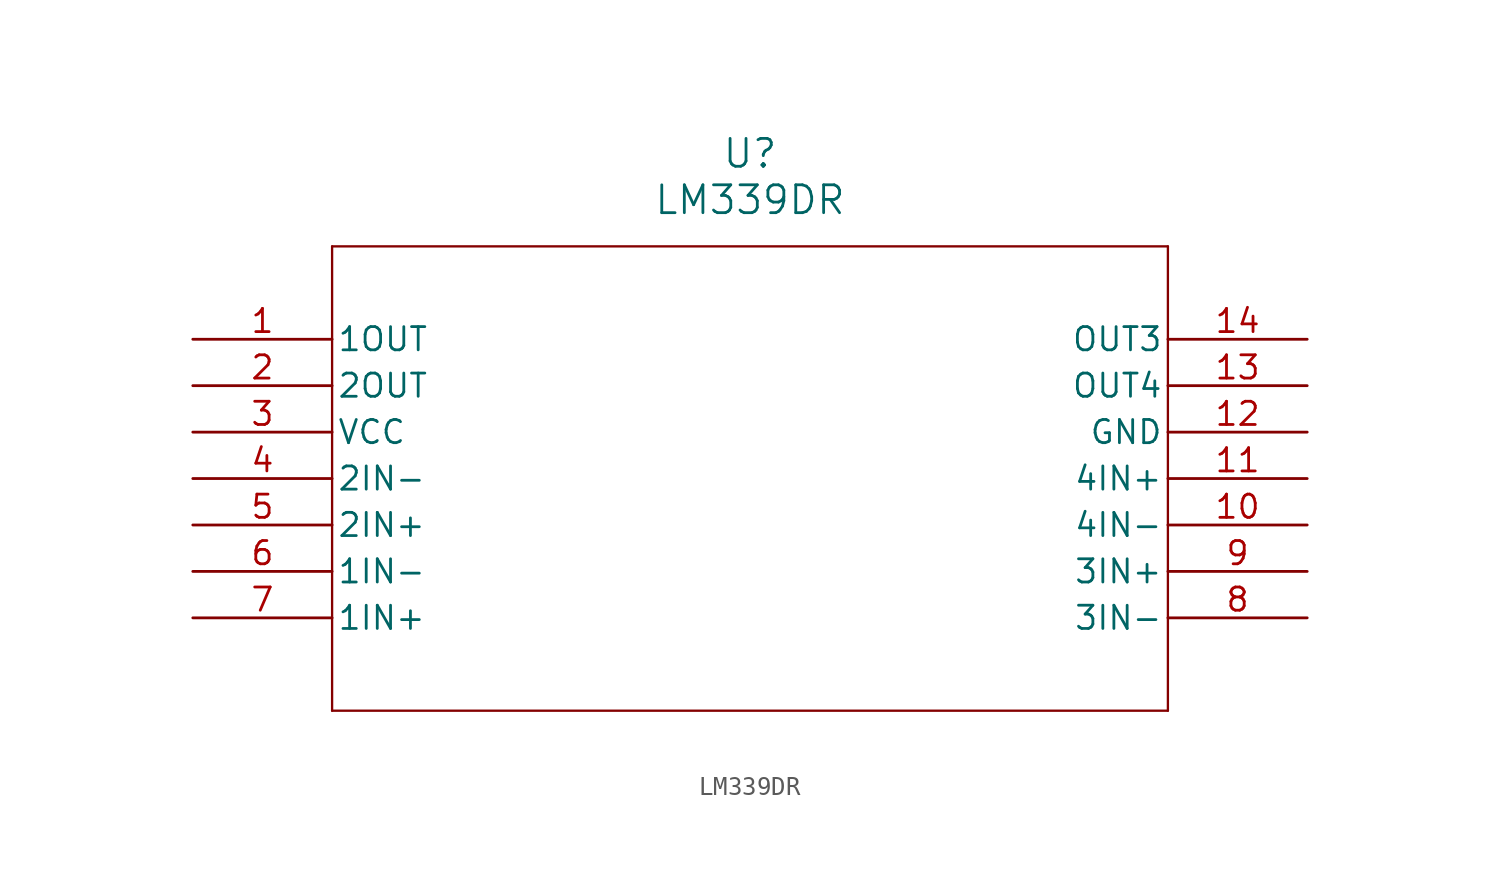
<source format=kicad_sym>
(kicad_symbol_lib
  (version 20211014)
  (generator kicad_symbol_editor)
  (symbol "LM339DR"
    (pin_names
      (offset 0.254))
    (property "Reference" "U"
      (at 30.48 10.16 0)
      (effects (font (size 1.524 1.524))))
    (property "Value" "LM339DR"
      (at 30.48 7.62 0)
      (effects (font (size 1.524 1.524))))
    (symbol "LM339DR_0_1"
      (polyline (pts (xy 7.62 5.08) (xy 7.62 -20.32)) (stroke (width 0.127) (type default) (color 0 0 0 0)) (fill (type none)))
      (polyline (pts (xy 7.62 -20.32) (xy 53.34 -20.32)) (stroke (width 0.127) (type default) (color 0 0 0 0)) (fill (type none)))
      (polyline (pts (xy 53.34 -20.32) (xy 53.34 5.08)) (stroke (width 0.127) (type default) (color 0 0 0 0)) (fill (type none)))
      (polyline (pts (xy 53.34 5.08) (xy 7.62 5.08)) (stroke (width 0.127) (type default) (color 0 0 0 0)) (fill (type none)))
      (pin output line (at 0 0 0) (length 7.62) (name "1OUT" (effects (font (size 1.27 1.27)))) (number "1" (effects (font (size 1.27 1.27)))))
      (pin output line (at 0 -2.54 0) (length 7.62) (name "2OUT" (effects (font (size 1.27 1.27)))) (number "2" (effects (font (size 1.27 1.27)))))
      (pin power_in line (at 0 -5.08 0) (length 7.62) (name "VCC" (effects (font (size 1.27 1.27)))) (number "3" (effects (font (size 1.27 1.27)))))
      (pin input line (at 0 -7.62 0) (length 7.62) (name "2IN-" (effects (font (size 1.27 1.27)))) (number "4" (effects (font (size 1.27 1.27)))))
      (pin input line (at 0 -10.16 0) (length 7.62) (name "2IN+" (effects (font (size 1.27 1.27)))) (number "5" (effects (font (size 1.27 1.27)))))
      (pin input line (at 0 -12.7 0) (length 7.62) (name "1IN-" (effects (font (size 1.27 1.27)))) (number "6" (effects (font (size 1.27 1.27)))))
      (pin input line (at 0 -15.24 0) (length 7.62) (name "1IN+" (effects (font (size 1.27 1.27)))) (number "7" (effects (font (size 1.27 1.27)))))
      (pin input line (at 60.96 -15.24 180) (length 7.62) (name "3IN-" (effects (font (size 1.27 1.27)))) (number "8" (effects (font (size 1.27 1.27)))))
      (pin input line (at 60.96 -12.7 180) (length 7.62) (name "3IN+" (effects (font (size 1.27 1.27)))) (number "9" (effects (font (size 1.27 1.27)))))
      (pin input line (at 60.96 -10.16 180) (length 7.62) (name "4IN-" (effects (font (size 1.27 1.27)))) (number "10" (effects (font (size 1.27 1.27)))))
      (pin input line (at 60.96 -7.62 180) (length 7.62) (name "4IN+" (effects (font (size 1.27 1.27)))) (number "11" (effects (font (size 1.27 1.27)))))
      (pin power_in line (at 60.96 -5.08 180) (length 7.62) (name "GND" (effects (font (size 1.27 1.27)))) (number "12" (effects (font (size 1.27 1.27)))))
      (pin output line (at 60.96 -2.54 180) (length 7.62) (name "OUT4" (effects (font (size 1.27 1.27)))) (number "13" (effects (font (size 1.27 1.27)))))
      (pin output line (at 60.96 0 180) (length 7.62) (name "OUT3" (effects (font (size 1.27 1.27)))) (number "14" (effects (font (size 1.27 1.27))))))))
</source>
